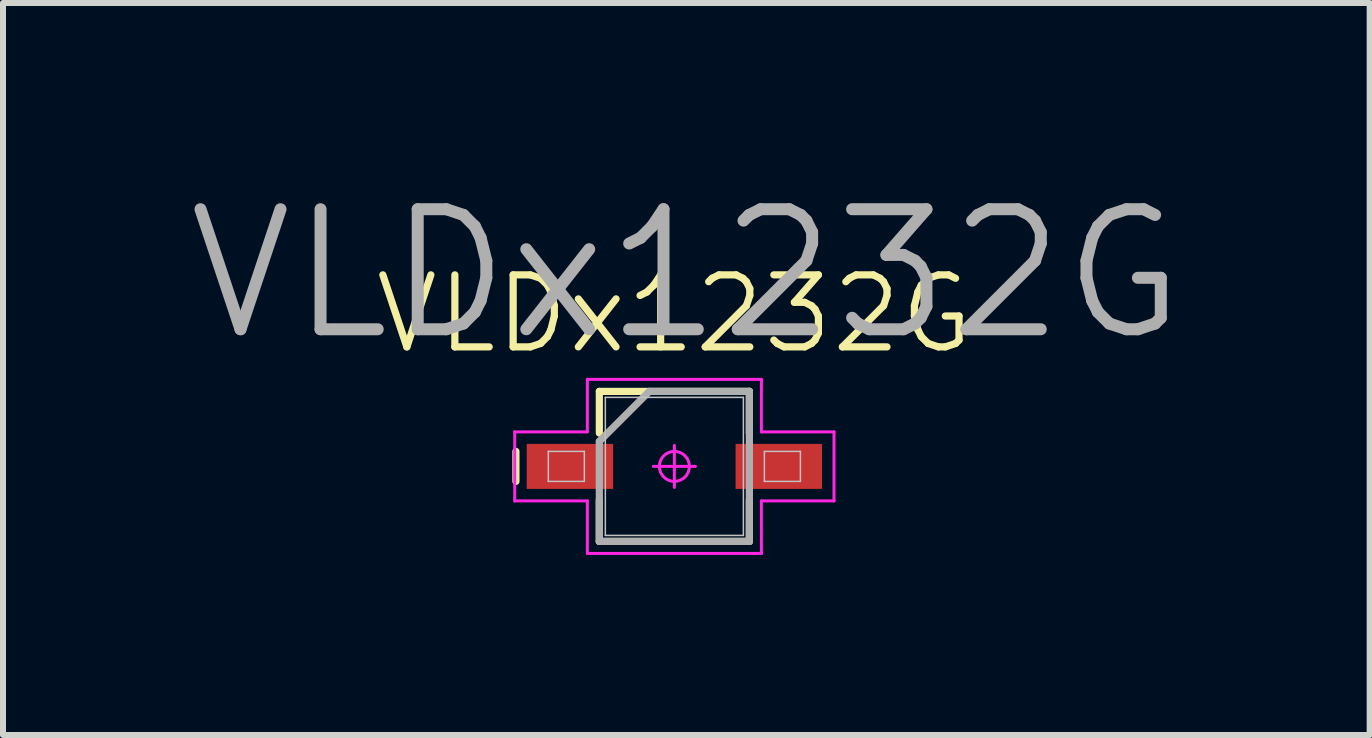
<source format=kicad_pcb>
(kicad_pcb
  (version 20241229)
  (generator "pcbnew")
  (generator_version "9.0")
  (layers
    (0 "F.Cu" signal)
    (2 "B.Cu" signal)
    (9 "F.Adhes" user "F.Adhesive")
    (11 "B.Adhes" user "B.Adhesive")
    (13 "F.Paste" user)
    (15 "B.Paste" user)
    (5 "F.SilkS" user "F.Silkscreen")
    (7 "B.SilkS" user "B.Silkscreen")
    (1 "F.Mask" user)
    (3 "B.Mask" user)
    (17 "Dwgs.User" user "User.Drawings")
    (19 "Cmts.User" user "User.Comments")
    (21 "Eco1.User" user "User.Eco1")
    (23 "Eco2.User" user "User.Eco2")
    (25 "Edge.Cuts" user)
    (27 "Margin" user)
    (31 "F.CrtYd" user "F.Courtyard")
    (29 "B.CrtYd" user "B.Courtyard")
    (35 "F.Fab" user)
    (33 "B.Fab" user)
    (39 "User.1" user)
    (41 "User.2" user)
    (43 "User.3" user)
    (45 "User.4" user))
  (footprint "VLDx1232G"
    (layer "F.Cu")
    (at 8.186 4.721)
    (property "Reference" "VLDx1232G" (at 0 -2.54 0) (layer "F.SilkS") (effects (font (size 1.2 1.2) (thickness 0.12))))
    (attr smd)
    (fp_line (start -2.64 0.25) (end -2.64 -0.25) (stroke (width 0.12) (type solid)) (layer "F.SilkS"))
    (fp_line (start -1.25 -1.25) (end 1.25 -1.25) (stroke (width 0.12) (type solid)) (layer "F.SilkS"))
    (fp_line (start -1.25 -0.555) (end -1.25 -1.25) (stroke (width 0.12) (type solid)) (layer "F.SilkS"))
    (fp_line (start -1.25 1.25) (end -1.25 0.555) (stroke (width 0.12) (type solid)) (layer "F.SilkS"))
    (fp_line (start 1.25 -1.25) (end 1.25 -0.555) (stroke (width 0.12) (type solid)) (layer "F.SilkS"))
    (fp_line (start 1.25 0.555) (end 1.25 1.25) (stroke (width 0.12) (type solid)) (layer "F.SilkS"))
    (fp_line (start 1.25 1.25) (end -1.25 1.25) (stroke (width 0.12) (type solid)) (layer "F.SilkS"))
    (fp_line (start -2.1 -0.25) (end -1.5 -0.25) (stroke (width 0.025) (type solid)) (layer "Dwgs.User"))
    (fp_line (start -2.1 0.25) (end -2.1 -0.25) (stroke (width 0.025) (type solid)) (layer "Dwgs.User"))
    (fp_line (start -1.5 -0.25) (end -1.5 0.25) (stroke (width 0.025) (type solid)) (layer "Dwgs.User"))
    (fp_line (start -1.5 0.25) (end -2.1 0.25) (stroke (width 0.025) (type solid)) (layer "Dwgs.User"))
    (fp_line (start -1.15 -1.15) (end 1.15 -1.15) (stroke (width 0.025) (type solid)) (layer "Dwgs.User"))
    (fp_line (start -1.15 1.15) (end -1.15 -1.15) (stroke (width 0.025) (type solid)) (layer "Dwgs.User"))
    (fp_line (start 1.15 -1.15) (end 1.15 1.15) (stroke (width 0.025) (type solid)) (layer "Dwgs.User"))
    (fp_line (start 1.15 1.15) (end -1.15 1.15) (stroke (width 0.025) (type solid)) (layer "Dwgs.User"))
    (fp_line (start 1.5 -0.25) (end 2.1 -0.25) (stroke (width 0.025) (type solid)) (layer "Dwgs.User"))
    (fp_line (start 1.5 0.25) (end 1.5 -0.25) (stroke (width 0.025) (type solid)) (layer "Dwgs.User"))
    (fp_line (start 2.1 -0.25) (end 2.1 0.25) (stroke (width 0.025) (type solid)) (layer "Dwgs.User"))
    (fp_line (start 2.1 0.25) (end 1.5 0.25) (stroke (width 0.025) (type solid)) (layer "Dwgs.User"))
    (fp_line (start -2.66 -0.575) (end -2.66 0.575) (stroke (width 0.05) (type solid)) (layer "F.CrtYd"))
    (fp_line (start -2.66 0.575) (end -1.45 0.575) (stroke (width 0.05) (type solid)) (layer "F.CrtYd"))
    (fp_line (start -1.45 -1.45) (end -1.45 -0.575) (stroke (width 0.05) (type solid)) (layer "F.CrtYd"))
    (fp_line (start -1.45 -0.575) (end -2.66 -0.575) (stroke (width 0.05) (type solid)) (layer "F.CrtYd"))
    (fp_line (start -1.45 0.575) (end -1.45 1.45) (stroke (width 0.05) (type solid)) (layer "F.CrtYd"))
    (fp_line (start -1.45 1.45) (end 1.45 1.45) (stroke (width 0.05) (type solid)) (layer "F.CrtYd"))
    (fp_line (start 0 -0.35) (end 0 0.35) (stroke (width 0.05) (type solid)) (layer "F.CrtYd"))
    (fp_line (start 0.35 0) (end -0.35 0) (stroke (width 0.05) (type solid)) (layer "F.CrtYd"))
    (fp_line (start 1.45 -1.45) (end -1.45 -1.45) (stroke (width 0.05) (type solid)) (layer "F.CrtYd"))
    (fp_line (start 1.45 -0.575) (end 1.45 -1.45) (stroke (width 0.05) (type solid)) (layer "F.CrtYd"))
    (fp_line (start 1.45 0.575) (end 2.66 0.575) (stroke (width 0.05) (type solid)) (layer "F.CrtYd"))
    (fp_line (start 1.45 1.45) (end 1.45 0.575) (stroke (width 0.05) (type solid)) (layer "F.CrtYd"))
    (fp_line (start 2.66 -0.575) (end 1.45 -0.575) (stroke (width 0.05) (type solid)) (layer "F.CrtYd"))
    (fp_line (start 2.66 0.575) (end 2.66 -0.575) (stroke (width 0.05) (type solid)) (layer "F.CrtYd"))
    (fp_circle (center 0 0) (end 0 0.25) (stroke (width 0.05) (type solid)) (fill no) (layer "F.CrtYd"))
    (fp_line (start -1.25 -0.417) (end -0.417 -1.25) (stroke (width 0.12) (type solid)) (layer "F.Fab"))
    (fp_line (start -1.25 1.25) (end -1.25 -0.417) (stroke (width 0.12) (type solid)) (layer "F.Fab"))
    (fp_line (start -0.417 -1.25) (end 1.25 -1.25) (stroke (width 0.12) (type solid)) (layer "F.Fab"))
    (fp_line (start 1.25 -1.25) (end 1.25 1.25) (stroke (width 0.12) (type solid)) (layer "F.Fab"))
    (fp_line (start 1.25 1.25) (end -1.25 1.25) (stroke (width 0.12) (type solid)) (layer "F.Fab"))
    (fp_text user "${REFERENCE}" (at 0.2 -3.2 0) (layer "F.Fab") (effects (font (size 2 2) (thickness 0.2))))
    (pad "1" smd rect (at -1.74 0) (size 1.44 0.75) (layers "F.Cu" "F.Mask" "F.Paste"))
    (pad "2" smd rect (at 1.74 0) (size 1.44 0.75) (layers "F.Cu" "F.Mask" "F.Paste")))
  (gr_rect
    (start -3 -3)
    (end 19.771 9.196)
    (stroke (width 0.1) (type default))
    (fill no)
    (layer "Edge.Cuts")))
</source>
